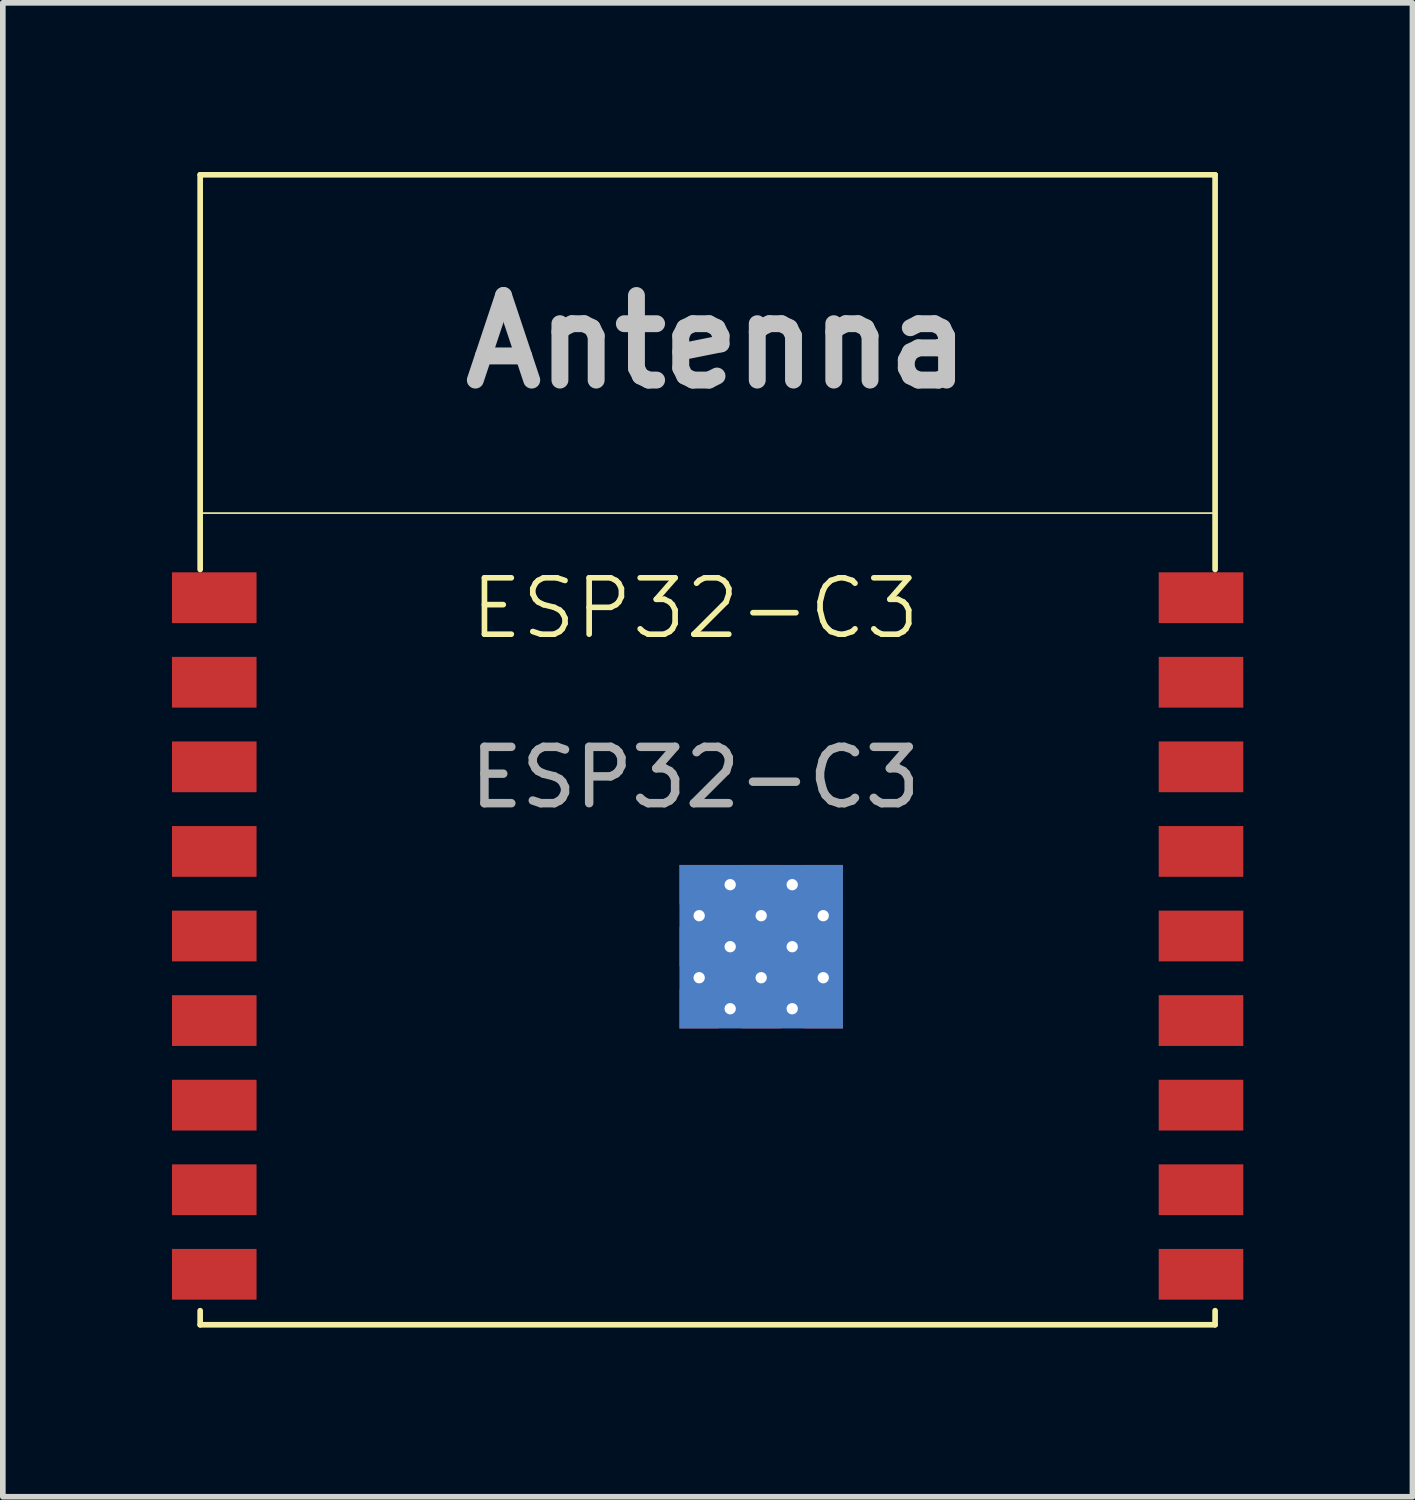
<source format=kicad_pcb>
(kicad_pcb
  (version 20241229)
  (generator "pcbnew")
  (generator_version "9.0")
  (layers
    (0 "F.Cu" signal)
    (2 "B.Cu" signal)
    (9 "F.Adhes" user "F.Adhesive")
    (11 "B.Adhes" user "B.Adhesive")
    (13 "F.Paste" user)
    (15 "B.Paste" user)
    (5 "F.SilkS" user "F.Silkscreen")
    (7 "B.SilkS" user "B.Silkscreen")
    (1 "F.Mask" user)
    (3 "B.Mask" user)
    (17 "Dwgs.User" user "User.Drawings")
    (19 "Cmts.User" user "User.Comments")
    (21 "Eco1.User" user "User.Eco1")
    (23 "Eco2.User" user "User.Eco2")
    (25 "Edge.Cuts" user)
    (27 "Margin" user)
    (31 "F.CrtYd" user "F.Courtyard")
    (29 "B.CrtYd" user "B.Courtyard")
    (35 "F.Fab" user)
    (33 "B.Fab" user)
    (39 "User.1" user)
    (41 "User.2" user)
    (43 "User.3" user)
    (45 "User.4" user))
  (footprint "ESP32-C3"
    (layer "F.Cu")
    (at 9.75 13.55)
    (property "Reference" "ESP32-C3" (at -0.47 -5.81 0) (unlocked yes) (layer "F.SilkS") (effects (font (size 1 1) (thickness 0.1))))
    (attr smd)
    (fp_rect (start -0.75 -1.26) (end 2.15 1.64) (stroke (width 0) (type solid)) (fill yes) (layer "B.Cu"))
    (fp_line (start -9.25 -13.5) (end -9.25 -6.5) (stroke (width 0.1) (type default)) (layer "F.SilkS"))
    (fp_line (start -9.25 -13.5) (end 8.75 -13.5) (stroke (width 0.1) (type default)) (layer "F.SilkS"))
    (fp_line (start -9.25 6.645) (end -9.25 6.895) (stroke (width 0.1) (type default)) (layer "F.SilkS"))
    (fp_line (start -9.25 6.895) (end 8.75 6.895) (stroke (width 0.1) (type default)) (layer "F.SilkS"))
    (fp_line (start 8.75 -13.5) (end 8.75 -6.5) (stroke (width 0.1) (type default)) (layer "F.SilkS"))
    (fp_line (start 8.75 -7.5) (end -9.25 -7.5) (stroke (width 0.03) (type default)) (layer "F.SilkS"))
    (fp_line (start 8.75 6.895) (end 8.75 6.645) (stroke (width 0.1) (type default)) (layer "F.SilkS"))
    (fp_text user "Antenna" (at -4.71 -9.66 0) (unlocked yes) (layer "Dwgs.User") (effects (font (size 1.5 1.5) (thickness 0.3) (bold yes)) (justify left bottom)))
    (fp_text user "${REFERENCE}" (at -0.47 -2.81 0) (unlocked yes) (layer "F.Fab") (effects (font (size 1 1) (thickness 0.15))))
    (pad "" smd rect (at -0.4 -0.91) (size 0.7 0.7) (property pad_prop_heatsink) (layers "F.Cu" "F.Mask" "F.Paste"))
    (pad "" thru_hole circle (at -0.4 -0.36) (size 0.35 0.35) (drill 0.2) (layers "*.Cu" "*.Mask"))
    (pad "" smd rect (at -0.4 0.19) (size 0.7 0.7) (property pad_prop_heatsink) (layers "F.Cu" "F.Mask" "F.Paste"))
    (pad "" thru_hole circle (at -0.4 0.74) (size 0.35 0.35) (drill 0.2) (layers "*.Cu" "*.Mask"))
    (pad "" smd rect (at -0.4 1.29) (size 0.7 0.7) (property pad_prop_heatsink) (layers "F.Cu" "F.Mask" "F.Paste"))
    (pad "" thru_hole circle (at 0.15 -0.91) (size 0.35 0.35) (drill 0.2) (layers "*.Cu" "*.Mask"))
    (pad "" thru_hole circle (at 0.15 0.19) (size 0.35 0.35) (drill 0.2) (layers "*.Cu" "*.Mask"))
    (pad "" thru_hole circle (at 0.15 1.29) (size 0.35 0.35) (drill 0.2) (layers "*.Cu" "*.Mask"))
    (pad "" smd rect (at 0.7 -0.91) (size 0.7 0.7) (property pad_prop_heatsink) (layers "F.Cu" "F.Mask" "F.Paste"))
    (pad "" thru_hole circle (at 0.7 -0.36) (size 0.35 0.35) (drill 0.2) (layers "*.Cu" "*.Mask"))
    (pad "" thru_hole circle (at 0.7 0.74) (size 0.35 0.35) (drill 0.2) (layers "*.Cu" "*.Mask"))
    (pad "" smd rect (at 0.7 1.29) (size 0.7 0.7) (property pad_prop_heatsink) (layers "F.Cu" "F.Mask" "F.Paste"))
    (pad "" thru_hole circle (at 1.25 -0.91) (size 0.35 0.35) (drill 0.2) (layers "*.Cu" "*.Mask"))
    (pad "" thru_hole circle (at 1.25 0.19) (size 0.35 0.35) (drill 0.2) (layers "*.Cu" "*.Mask"))
    (pad "" thru_hole circle (at 1.25 1.29) (size 0.35 0.35) (drill 0.2) (layers "*.Cu" "*.Mask"))
    (pad "" smd rect (at 1.8 -0.91) (size 0.7 0.7) (property pad_prop_heatsink) (layers "F.Cu" "F.Mask" "F.Paste"))
    (pad "" thru_hole circle (at 1.8 -0.36) (size 0.35 0.35) (drill 0.2) (layers "*.Cu" "*.Mask"))
    (pad "" smd rect (at 1.8 0.19) (size 0.7 0.7) (property pad_prop_heatsink) (layers "F.Cu" "F.Mask" "F.Paste"))
    (pad "" thru_hole circle (at 1.8 0.74) (size 0.35 0.35) (drill 0.2) (layers "*.Cu" "*.Mask"))
    (pad "" smd rect (at 1.8 1.29) (size 0.7 0.7) (property pad_prop_heatsink) (layers "F.Cu" "F.Mask" "F.Paste"))
    (pad "1" smd rect (at -9 -6) (size 1.5 0.9) (layers "F.Cu" "F.Mask" "F.Paste"))
    (pad "2" smd rect (at -9 -4.5) (size 1.5 0.9) (layers "F.Cu" "F.Mask" "F.Paste"))
    (pad "3" smd rect (at -9 -3) (size 1.5 0.9) (layers "F.Cu" "F.Mask" "F.Paste"))
    (pad "4" smd rect (at -9 -1.5) (size 1.5 0.9) (layers "F.Cu" "F.Mask" "F.Paste"))
    (pad "5" smd rect (at -9 0) (size 1.5 0.9) (layers "F.Cu" "F.Mask" "F.Paste"))
    (pad "6" smd rect (at -9 1.5) (size 1.5 0.9) (layers "F.Cu" "F.Mask" "F.Paste"))
    (pad "7" smd rect (at -9 3) (size 1.5 0.9) (layers "F.Cu" "F.Mask" "F.Paste"))
    (pad "8" smd rect (at -9 4.5) (size 1.5 0.9) (layers "F.Cu" "F.Mask" "F.Paste"))
    (pad "9" smd rect (at -9 6) (size 1.5 0.9) (layers "F.Cu" "F.Mask" "F.Paste"))
    (pad "10" smd rect (at 8.5 6) (size 1.5 0.9) (layers "F.Cu" "F.Mask" "F.Paste"))
    (pad "11" smd rect (at 8.5 4.5) (size 1.5 0.9) (layers "F.Cu" "F.Mask" "F.Paste"))
    (pad "12" smd rect (at 8.5 3) (size 1.5 0.9) (layers "F.Cu" "F.Mask" "F.Paste"))
    (pad "13" smd rect (at 8.5 1.5) (size 1.5 0.9) (layers "F.Cu" "F.Mask" "F.Paste"))
    (pad "14" smd rect (at 8.5 0) (size 1.5 0.9) (layers "F.Cu" "F.Mask" "F.Paste"))
    (pad "15" smd rect (at 8.5 -1.5) (size 1.5 0.9) (layers "F.Cu" "F.Mask" "F.Paste"))
    (pad "16" smd rect (at 8.5 -3) (size 1.5 0.9) (layers "F.Cu" "F.Mask" "F.Paste"))
    (pad "17" smd rect (at 8.5 -4.5) (size 1.5 0.9) (layers "F.Cu" "F.Mask" "F.Paste"))
    (pad "18" smd rect (at 8.5 -6) (size 1.5 0.9) (layers "F.Cu" "F.Mask" "F.Paste"))
    (pad "19" smd rect (at 0.7 0.19) (size 0.7 0.7) (property pad_prop_heatsink) (layers "F.Cu" "F.Mask" "F.Paste"))
    (zone (net_name "") (layers "F.Cu" "B.Cu" "F.SilkS") (hatch edge 0.5) (connect_pads) (min_thickness 0.25) (filled_areas_thickness no) (keepout (tracks not_allowed) (vias not_allowed) (pads not_allowed) (copperpour not_allowed) (footprints not_allowed)) (placement (enabled no)) (fill) (polygon (pts (xy 0.5 0.05) (xy 18.5 0.05) (xy 18.5 6.05) (xy 0.5 6.05)))))
  (gr_rect
    (start -3 -3)
    (end 22 23.495)
    (stroke (width 0.1) (type default))
    (fill no)
    (layer "Edge.Cuts")))
</source>
